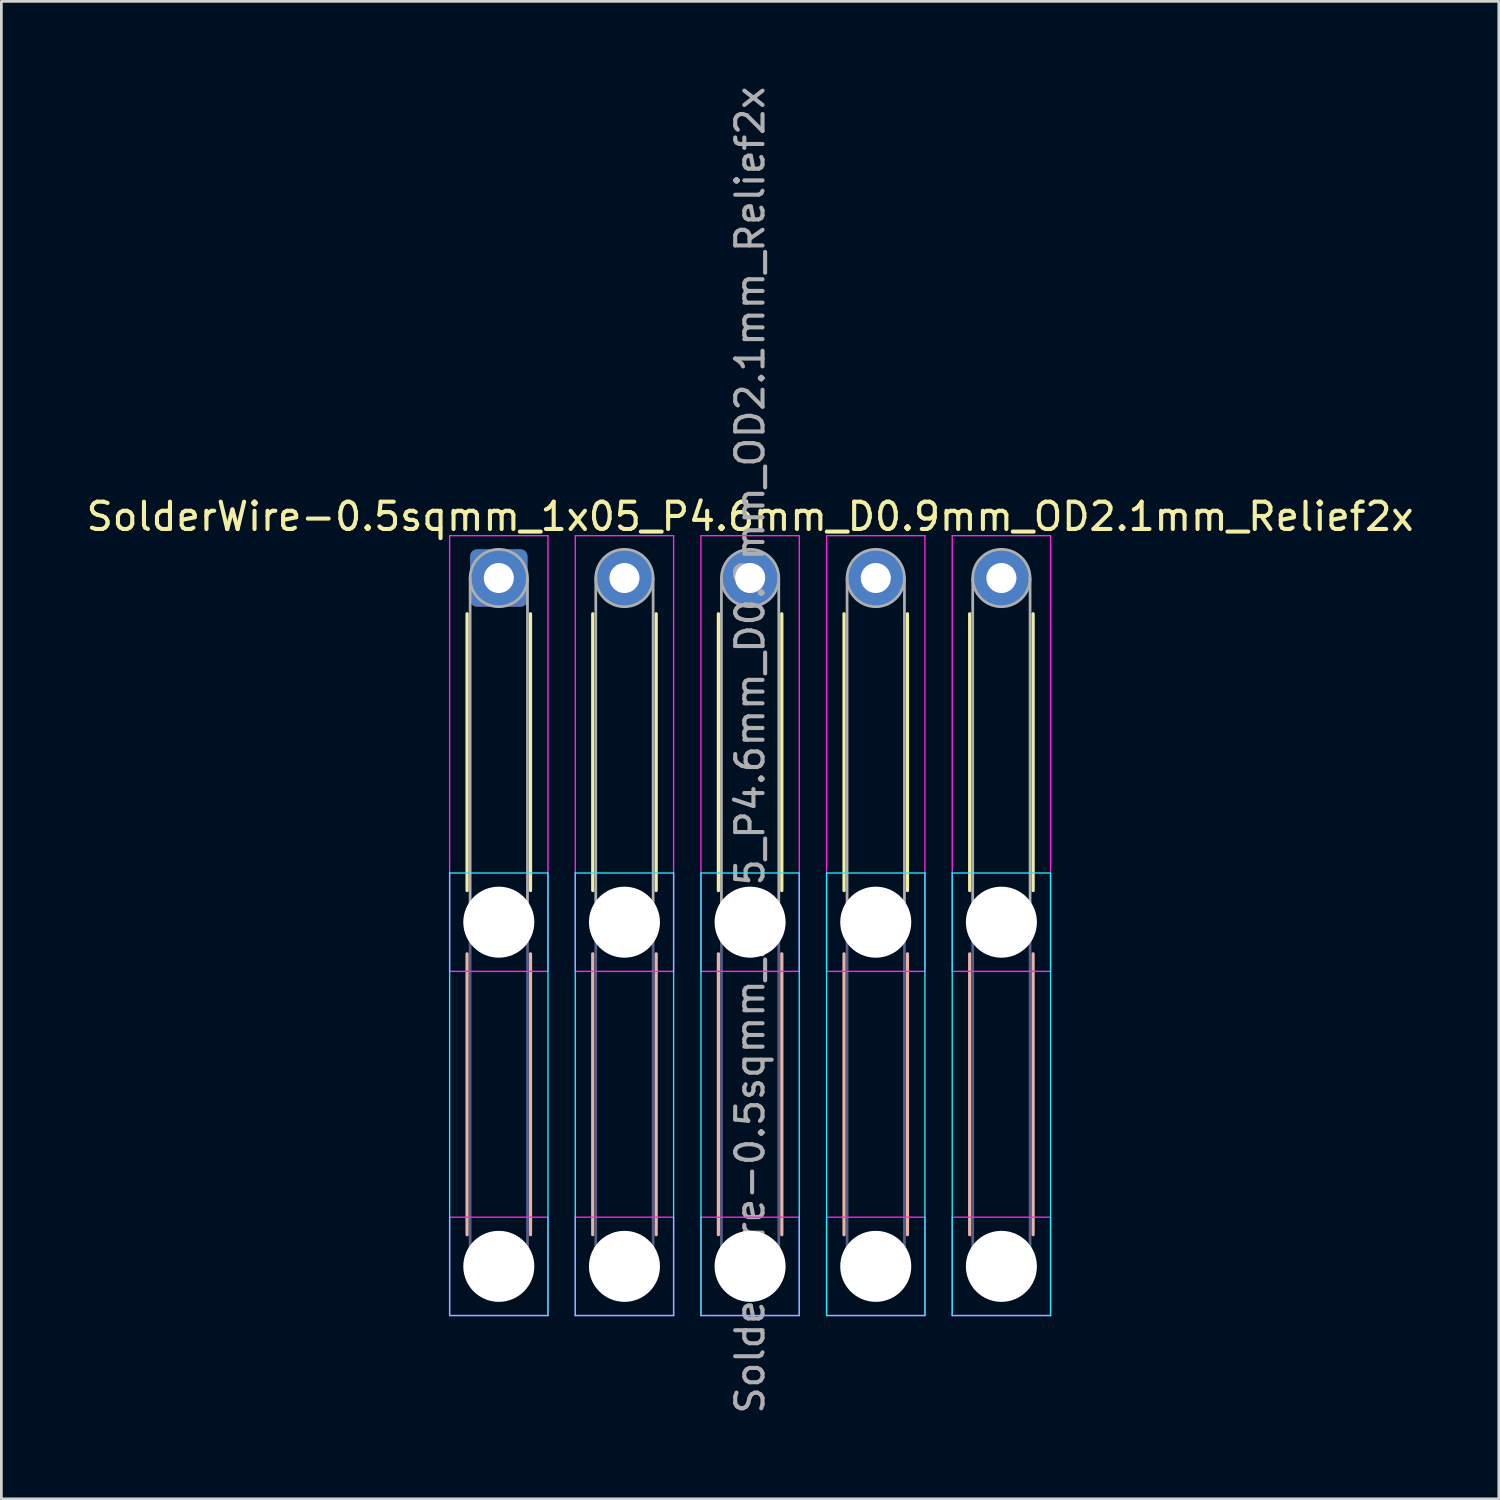
<source format=kicad_pcb>
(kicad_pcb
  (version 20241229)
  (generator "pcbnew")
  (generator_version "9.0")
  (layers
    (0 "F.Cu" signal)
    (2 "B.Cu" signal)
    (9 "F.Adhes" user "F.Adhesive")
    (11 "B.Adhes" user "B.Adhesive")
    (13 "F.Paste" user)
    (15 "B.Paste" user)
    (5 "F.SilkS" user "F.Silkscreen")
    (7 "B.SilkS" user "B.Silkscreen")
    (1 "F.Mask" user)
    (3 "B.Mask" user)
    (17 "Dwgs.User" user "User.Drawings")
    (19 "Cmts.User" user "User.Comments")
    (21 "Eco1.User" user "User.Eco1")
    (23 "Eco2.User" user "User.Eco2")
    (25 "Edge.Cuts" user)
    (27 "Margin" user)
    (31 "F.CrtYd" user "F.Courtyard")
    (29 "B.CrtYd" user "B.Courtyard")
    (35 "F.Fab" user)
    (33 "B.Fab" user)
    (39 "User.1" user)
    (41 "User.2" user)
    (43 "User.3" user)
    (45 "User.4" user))
  (footprint "SolderWire-0.5sqmm_1x05_P4.6mm_D0.9mm_OD2.1mm_Relief2x"
    (layer "F.Cu")
    (at 15.211 18.111)
    (property "Reference" "SolderWire-0.5sqmm_1x05_P4.6mm_D0.9mm_OD2.1mm_Relief2x" (at 9.2 -2.25 0) (layer "F.SilkS") (effects (font (size 1 1) (thickness 0.15))))
    (attr exclude_from_pos_files exclude_from_bom)
    (fp_line (start -1.16 1.31) (end -1.16 11.44) (stroke (width 0.12) (type solid)) (layer "F.SilkS"))
    (fp_line (start 1.16 1.31) (end 1.16 11.44) (stroke (width 0.12) (type solid)) (layer "F.SilkS"))
    (fp_line (start 3.44 1.31) (end 3.44 11.44) (stroke (width 0.12) (type solid)) (layer "F.SilkS"))
    (fp_line (start 5.76 1.31) (end 5.76 11.44) (stroke (width 0.12) (type solid)) (layer "F.SilkS"))
    (fp_line (start 8.04 1.31) (end 8.04 11.44) (stroke (width 0.12) (type solid)) (layer "F.SilkS"))
    (fp_line (start 10.36 1.31) (end 10.36 11.44) (stroke (width 0.12) (type solid)) (layer "F.SilkS"))
    (fp_line (start 12.64 1.31) (end 12.64 11.44) (stroke (width 0.12) (type solid)) (layer "F.SilkS"))
    (fp_line (start 14.96 1.31) (end 14.96 11.44) (stroke (width 0.12) (type solid)) (layer "F.SilkS"))
    (fp_line (start 17.24 1.31) (end 17.24 11.44) (stroke (width 0.12) (type solid)) (layer "F.SilkS"))
    (fp_line (start 19.56 1.31) (end 19.56 11.44) (stroke (width 0.12) (type solid)) (layer "F.SilkS"))
    (fp_line (start -1.16 13.76) (end -1.16 24.04) (stroke (width 0.12) (type solid)) (layer "B.SilkS"))
    (fp_line (start 1.16 13.76) (end 1.16 24.04) (stroke (width 0.12) (type solid)) (layer "B.SilkS"))
    (fp_line (start 3.44 13.76) (end 3.44 24.04) (stroke (width 0.12) (type solid)) (layer "B.SilkS"))
    (fp_line (start 5.76 13.76) (end 5.76 24.04) (stroke (width 0.12) (type solid)) (layer "B.SilkS"))
    (fp_line (start 8.04 13.76) (end 8.04 24.04) (stroke (width 0.12) (type solid)) (layer "B.SilkS"))
    (fp_line (start 10.36 13.76) (end 10.36 24.04) (stroke (width 0.12) (type solid)) (layer "B.SilkS"))
    (fp_line (start 12.64 13.76) (end 12.64 24.04) (stroke (width 0.12) (type solid)) (layer "B.SilkS"))
    (fp_line (start 14.96 13.76) (end 14.96 24.04) (stroke (width 0.12) (type solid)) (layer "B.SilkS"))
    (fp_line (start 17.24 13.76) (end 17.24 24.04) (stroke (width 0.12) (type solid)) (layer "B.SilkS"))
    (fp_line (start 19.56 13.76) (end 19.56 24.04) (stroke (width 0.12) (type solid)) (layer "B.SilkS"))
    (fp_line (start -1.8 10.8) (end -1.8 27) (stroke (width 0.05) (type solid)) (layer "B.CrtYd"))
    (fp_line (start -1.8 27) (end 1.8 27) (stroke (width 0.05) (type solid)) (layer "B.CrtYd"))
    (fp_line (start 1.8 10.8) (end -1.8 10.8) (stroke (width 0.05) (type solid)) (layer "B.CrtYd"))
    (fp_line (start 1.8 27) (end 1.8 10.8) (stroke (width 0.05) (type solid)) (layer "B.CrtYd"))
    (fp_line (start 2.8 10.8) (end 2.8 27) (stroke (width 0.05) (type solid)) (layer "B.CrtYd"))
    (fp_line (start 2.8 27) (end 6.4 27) (stroke (width 0.05) (type solid)) (layer "B.CrtYd"))
    (fp_line (start 6.4 10.8) (end 2.8 10.8) (stroke (width 0.05) (type solid)) (layer "B.CrtYd"))
    (fp_line (start 6.4 27) (end 6.4 10.8) (stroke (width 0.05) (type solid)) (layer "B.CrtYd"))
    (fp_line (start 7.4 10.8) (end 7.4 27) (stroke (width 0.05) (type solid)) (layer "B.CrtYd"))
    (fp_line (start 7.4 27) (end 11 27) (stroke (width 0.05) (type solid)) (layer "B.CrtYd"))
    (fp_line (start 11 10.8) (end 7.4 10.8) (stroke (width 0.05) (type solid)) (layer "B.CrtYd"))
    (fp_line (start 11 27) (end 11 10.8) (stroke (width 0.05) (type solid)) (layer "B.CrtYd"))
    (fp_line (start 12 10.8) (end 12 27) (stroke (width 0.05) (type solid)) (layer "B.CrtYd"))
    (fp_line (start 12 27) (end 15.6 27) (stroke (width 0.05) (type solid)) (layer "B.CrtYd"))
    (fp_line (start 15.6 10.8) (end 12 10.8) (stroke (width 0.05) (type solid)) (layer "B.CrtYd"))
    (fp_line (start 15.6 27) (end 15.6 10.8) (stroke (width 0.05) (type solid)) (layer "B.CrtYd"))
    (fp_line (start 16.6 10.8) (end 16.6 27) (stroke (width 0.05) (type solid)) (layer "B.CrtYd"))
    (fp_line (start 16.6 27) (end 20.2 27) (stroke (width 0.05) (type solid)) (layer "B.CrtYd"))
    (fp_line (start 20.2 10.8) (end 16.6 10.8) (stroke (width 0.05) (type solid)) (layer "B.CrtYd"))
    (fp_line (start 20.2 27) (end 20.2 10.8) (stroke (width 0.05) (type solid)) (layer "B.CrtYd"))
    (fp_line (start -1.8 -1.55) (end -1.8 14.4) (stroke (width 0.05) (type solid)) (layer "F.CrtYd"))
    (fp_line (start -1.8 14.4) (end 1.8 14.4) (stroke (width 0.05) (type solid)) (layer "F.CrtYd"))
    (fp_line (start -1.8 23.4) (end -1.8 27) (stroke (width 0.05) (type solid)) (layer "F.CrtYd"))
    (fp_line (start -1.8 27) (end 1.8 27) (stroke (width 0.05) (type solid)) (layer "F.CrtYd"))
    (fp_line (start 1.8 -1.55) (end -1.8 -1.55) (stroke (width 0.05) (type solid)) (layer "F.CrtYd"))
    (fp_line (start 1.8 14.4) (end 1.8 -1.55) (stroke (width 0.05) (type solid)) (layer "F.CrtYd"))
    (fp_line (start 1.8 23.4) (end -1.8 23.4) (stroke (width 0.05) (type solid)) (layer "F.CrtYd"))
    (fp_line (start 1.8 27) (end 1.8 23.4) (stroke (width 0.05) (type solid)) (layer "F.CrtYd"))
    (fp_line (start 2.8 -1.55) (end 2.8 14.4) (stroke (width 0.05) (type solid)) (layer "F.CrtYd"))
    (fp_line (start 2.8 14.4) (end 6.4 14.4) (stroke (width 0.05) (type solid)) (layer "F.CrtYd"))
    (fp_line (start 2.8 23.4) (end 2.8 27) (stroke (width 0.05) (type solid)) (layer "F.CrtYd"))
    (fp_line (start 2.8 27) (end 6.4 27) (stroke (width 0.05) (type solid)) (layer "F.CrtYd"))
    (fp_line (start 6.4 -1.55) (end 2.8 -1.55) (stroke (width 0.05) (type solid)) (layer "F.CrtYd"))
    (fp_line (start 6.4 14.4) (end 6.4 -1.55) (stroke (width 0.05) (type solid)) (layer "F.CrtYd"))
    (fp_line (start 6.4 23.4) (end 2.8 23.4) (stroke (width 0.05) (type solid)) (layer "F.CrtYd"))
    (fp_line (start 6.4 27) (end 6.4 23.4) (stroke (width 0.05) (type solid)) (layer "F.CrtYd"))
    (fp_line (start 7.4 -1.55) (end 7.4 14.4) (stroke (width 0.05) (type solid)) (layer "F.CrtYd"))
    (fp_line (start 7.4 14.4) (end 11 14.4) (stroke (width 0.05) (type solid)) (layer "F.CrtYd"))
    (fp_line (start 7.4 23.4) (end 7.4 27) (stroke (width 0.05) (type solid)) (layer "F.CrtYd"))
    (fp_line (start 7.4 27) (end 11 27) (stroke (width 0.05) (type solid)) (layer "F.CrtYd"))
    (fp_line (start 11 -1.55) (end 7.4 -1.55) (stroke (width 0.05) (type solid)) (layer "F.CrtYd"))
    (fp_line (start 11 14.4) (end 11 -1.55) (stroke (width 0.05) (type solid)) (layer "F.CrtYd"))
    (fp_line (start 11 23.4) (end 7.4 23.4) (stroke (width 0.05) (type solid)) (layer "F.CrtYd"))
    (fp_line (start 11 27) (end 11 23.4) (stroke (width 0.05) (type solid)) (layer "F.CrtYd"))
    (fp_line (start 12 -1.55) (end 12 14.4) (stroke (width 0.05) (type solid)) (layer "F.CrtYd"))
    (fp_line (start 12 14.4) (end 15.6 14.4) (stroke (width 0.05) (type solid)) (layer "F.CrtYd"))
    (fp_line (start 12 23.4) (end 12 27) (stroke (width 0.05) (type solid)) (layer "F.CrtYd"))
    (fp_line (start 12 27) (end 15.6 27) (stroke (width 0.05) (type solid)) (layer "F.CrtYd"))
    (fp_line (start 15.6 -1.55) (end 12 -1.55) (stroke (width 0.05) (type solid)) (layer "F.CrtYd"))
    (fp_line (start 15.6 14.4) (end 15.6 -1.55) (stroke (width 0.05) (type solid)) (layer "F.CrtYd"))
    (fp_line (start 15.6 23.4) (end 12 23.4) (stroke (width 0.05) (type solid)) (layer "F.CrtYd"))
    (fp_line (start 15.6 27) (end 15.6 23.4) (stroke (width 0.05) (type solid)) (layer "F.CrtYd"))
    (fp_line (start 16.6 -1.55) (end 16.6 14.4) (stroke (width 0.05) (type solid)) (layer "F.CrtYd"))
    (fp_line (start 16.6 14.4) (end 20.2 14.4) (stroke (width 0.05) (type solid)) (layer "F.CrtYd"))
    (fp_line (start 16.6 23.4) (end 16.6 27) (stroke (width 0.05) (type solid)) (layer "F.CrtYd"))
    (fp_line (start 16.6 27) (end 20.2 27) (stroke (width 0.05) (type solid)) (layer "F.CrtYd"))
    (fp_line (start 20.2 -1.55) (end 16.6 -1.55) (stroke (width 0.05) (type solid)) (layer "F.CrtYd"))
    (fp_line (start 20.2 14.4) (end 20.2 -1.55) (stroke (width 0.05) (type solid)) (layer "F.CrtYd"))
    (fp_line (start 20.2 23.4) (end 16.6 23.4) (stroke (width 0.05) (type solid)) (layer "F.CrtYd"))
    (fp_line (start 20.2 27) (end 20.2 23.4) (stroke (width 0.05) (type solid)) (layer "F.CrtYd"))
    (fp_line (start -1.05 12.6) (end -1.05 25.2) (stroke (width 0.1) (type solid)) (layer "B.Fab"))
    (fp_line (start 1.05 12.6) (end 1.05 25.2) (stroke (width 0.1) (type solid)) (layer "B.Fab"))
    (fp_line (start 3.55 12.6) (end 3.55 25.2) (stroke (width 0.1) (type solid)) (layer "B.Fab"))
    (fp_line (start 5.65 12.6) (end 5.65 25.2) (stroke (width 0.1) (type solid)) (layer "B.Fab"))
    (fp_line (start 8.15 12.6) (end 8.15 25.2) (stroke (width 0.1) (type solid)) (layer "B.Fab"))
    (fp_line (start 10.25 12.6) (end 10.25 25.2) (stroke (width 0.1) (type solid)) (layer "B.Fab"))
    (fp_line (start 12.75 12.6) (end 12.75 25.2) (stroke (width 0.1) (type solid)) (layer "B.Fab"))
    (fp_line (start 14.85 12.6) (end 14.85 25.2) (stroke (width 0.1) (type solid)) (layer "B.Fab"))
    (fp_line (start 17.35 12.6) (end 17.35 25.2) (stroke (width 0.1) (type solid)) (layer "B.Fab"))
    (fp_line (start 19.45 12.6) (end 19.45 25.2) (stroke (width 0.1) (type solid)) (layer "B.Fab"))
    (fp_circle (center 0 12.6) (end 1.05 12.6) (stroke (width 0.1) (type solid)) (fill no) (layer "B.Fab"))
    (fp_circle (center 0 25.2) (end 1.05 25.2) (stroke (width 0.1) (type solid)) (fill no) (layer "B.Fab"))
    (fp_circle (center 4.6 12.6) (end 5.65 12.6) (stroke (width 0.1) (type solid)) (fill no) (layer "B.Fab"))
    (fp_circle (center 4.6 25.2) (end 5.65 25.2) (stroke (width 0.1) (type solid)) (fill no) (layer "B.Fab"))
    (fp_circle (center 9.2 12.6) (end 10.25 12.6) (stroke (width 0.1) (type solid)) (fill no) (layer "B.Fab"))
    (fp_circle (center 9.2 25.2) (end 10.25 25.2) (stroke (width 0.1) (type solid)) (fill no) (layer "B.Fab"))
    (fp_circle (center 13.8 12.6) (end 14.85 12.6) (stroke (width 0.1) (type solid)) (fill no) (layer "B.Fab"))
    (fp_circle (center 13.8 25.2) (end 14.85 25.2) (stroke (width 0.1) (type solid)) (fill no) (layer "B.Fab"))
    (fp_circle (center 18.4 12.6) (end 19.45 12.6) (stroke (width 0.1) (type solid)) (fill no) (layer "B.Fab"))
    (fp_circle (center 18.4 25.2) (end 19.45 25.2) (stroke (width 0.1) (type solid)) (fill no) (layer "B.Fab"))
    (fp_line (start -1.05 0) (end -1.05 12.6) (stroke (width 0.1) (type solid)) (layer "F.Fab"))
    (fp_line (start 1.05 0) (end 1.05 12.6) (stroke (width 0.1) (type solid)) (layer "F.Fab"))
    (fp_line (start 3.55 0) (end 3.55 12.6) (stroke (width 0.1) (type solid)) (layer "F.Fab"))
    (fp_line (start 5.65 0) (end 5.65 12.6) (stroke (width 0.1) (type solid)) (layer "F.Fab"))
    (fp_line (start 8.15 0) (end 8.15 12.6) (stroke (width 0.1) (type solid)) (layer "F.Fab"))
    (fp_line (start 10.25 0) (end 10.25 12.6) (stroke (width 0.1) (type solid)) (layer "F.Fab"))
    (fp_line (start 12.75 0) (end 12.75 12.6) (stroke (width 0.1) (type solid)) (layer "F.Fab"))
    (fp_line (start 14.85 0) (end 14.85 12.6) (stroke (width 0.1) (type solid)) (layer "F.Fab"))
    (fp_line (start 17.35 0) (end 17.35 12.6) (stroke (width 0.1) (type solid)) (layer "F.Fab"))
    (fp_line (start 19.45 0) (end 19.45 12.6) (stroke (width 0.1) (type solid)) (layer "F.Fab"))
    (fp_circle (center 0 0) (end 1.05 0) (stroke (width 0.1) (type solid)) (fill no) (layer "F.Fab"))
    (fp_circle (center 0 12.6) (end 1.05 12.6) (stroke (width 0.1) (type solid)) (fill no) (layer "F.Fab"))
    (fp_circle (center 0 25.2) (end 1.05 25.2) (stroke (width 0.1) (type solid)) (fill no) (layer "F.Fab"))
    (fp_circle (center 4.6 0) (end 5.65 0) (stroke (width 0.1) (type solid)) (fill no) (layer "F.Fab"))
    (fp_circle (center 4.6 12.6) (end 5.65 12.6) (stroke (width 0.1) (type solid)) (fill no) (layer "F.Fab"))
    (fp_circle (center 4.6 25.2) (end 5.65 25.2) (stroke (width 0.1) (type solid)) (fill no) (layer "F.Fab"))
    (fp_circle (center 9.2 0) (end 10.25 0) (stroke (width 0.1) (type solid)) (fill no) (layer "F.Fab"))
    (fp_circle (center 9.2 12.6) (end 10.25 12.6) (stroke (width 0.1) (type solid)) (fill no) (layer "F.Fab"))
    (fp_circle (center 9.2 25.2) (end 10.25 25.2) (stroke (width 0.1) (type solid)) (fill no) (layer "F.Fab"))
    (fp_circle (center 13.8 0) (end 14.85 0) (stroke (width 0.1) (type solid)) (fill no) (layer "F.Fab"))
    (fp_circle (center 13.8 12.6) (end 14.85 12.6) (stroke (width 0.1) (type solid)) (fill no) (layer "F.Fab"))
    (fp_circle (center 13.8 25.2) (end 14.85 25.2) (stroke (width 0.1) (type solid)) (fill no) (layer "F.Fab"))
    (fp_circle (center 18.4 0) (end 19.45 0) (stroke (width 0.1) (type solid)) (fill no) (layer "F.Fab"))
    (fp_circle (center 18.4 12.6) (end 19.45 12.6) (stroke (width 0.1) (type solid)) (fill no) (layer "F.Fab"))
    (fp_circle (center 18.4 25.2) (end 19.45 25.2) (stroke (width 0.1) (type solid)) (fill no) (layer "F.Fab"))
    (fp_text user "${REFERENCE}" (at 9.2 6.3 90) (layer "F.Fab") (effects (font (size 1 1) (thickness 0.15))))
    (pad "" np_thru_hole circle (at 0 12.6) (size 2.6 2.6) (drill 2.6) (layers "*.Cu" "*.Mask"))
    (pad "" np_thru_hole circle (at 0 25.2) (size 2.6 2.6) (drill 2.6) (layers "*.Cu" "*.Mask"))
    (pad "" np_thru_hole circle (at 4.6 12.6) (size 2.6 2.6) (drill 2.6) (layers "*.Cu" "*.Mask"))
    (pad "" np_thru_hole circle (at 4.6 25.2) (size 2.6 2.6) (drill 2.6) (layers "*.Cu" "*.Mask"))
    (pad "" np_thru_hole circle (at 9.2 12.6) (size 2.6 2.6) (drill 2.6) (layers "*.Cu" "*.Mask"))
    (pad "" np_thru_hole circle (at 9.2 25.2) (size 2.6 2.6) (drill 2.6) (layers "*.Cu" "*.Mask"))
    (pad "" np_thru_hole circle (at 13.8 12.6) (size 2.6 2.6) (drill 2.6) (layers "*.Cu" "*.Mask"))
    (pad "" np_thru_hole circle (at 13.8 25.2) (size 2.6 2.6) (drill 2.6) (layers "*.Cu" "*.Mask"))
    (pad "" np_thru_hole circle (at 18.4 12.6) (size 2.6 2.6) (drill 2.6) (layers "*.Cu" "*.Mask"))
    (pad "" np_thru_hole circle (at 18.4 25.2) (size 2.6 2.6) (drill 2.6) (layers "*.Cu" "*.Mask"))
    (pad "1" thru_hole roundrect (at 0 0) (size 2.1 2.1) (drill 1.1) (layers "*.Cu" "*.Mask") (roundrect_rratio 0.119))
    (pad "2" thru_hole circle (at 4.6 0) (size 2.1 2.1) (drill 1.1) (layers "*.Cu" "*.Mask"))
    (pad "3" thru_hole circle (at 9.2 0) (size 2.1 2.1) (drill 1.1) (layers "*.Cu" "*.Mask"))
    (pad "4" thru_hole circle (at 13.8 0) (size 2.1 2.1) (drill 1.1) (layers "*.Cu" "*.Mask"))
    (pad "5" thru_hole circle (at 18.4 0) (size 2.1 2.1) (drill 1.1) (layers "*.Cu" "*.Mask")))
  (gr_rect
    (start -3 -3)
    (end 51.821 51.821)
    (stroke (width 0.1) (type default))
    (fill no)
    (layer "Edge.Cuts")))
</source>
